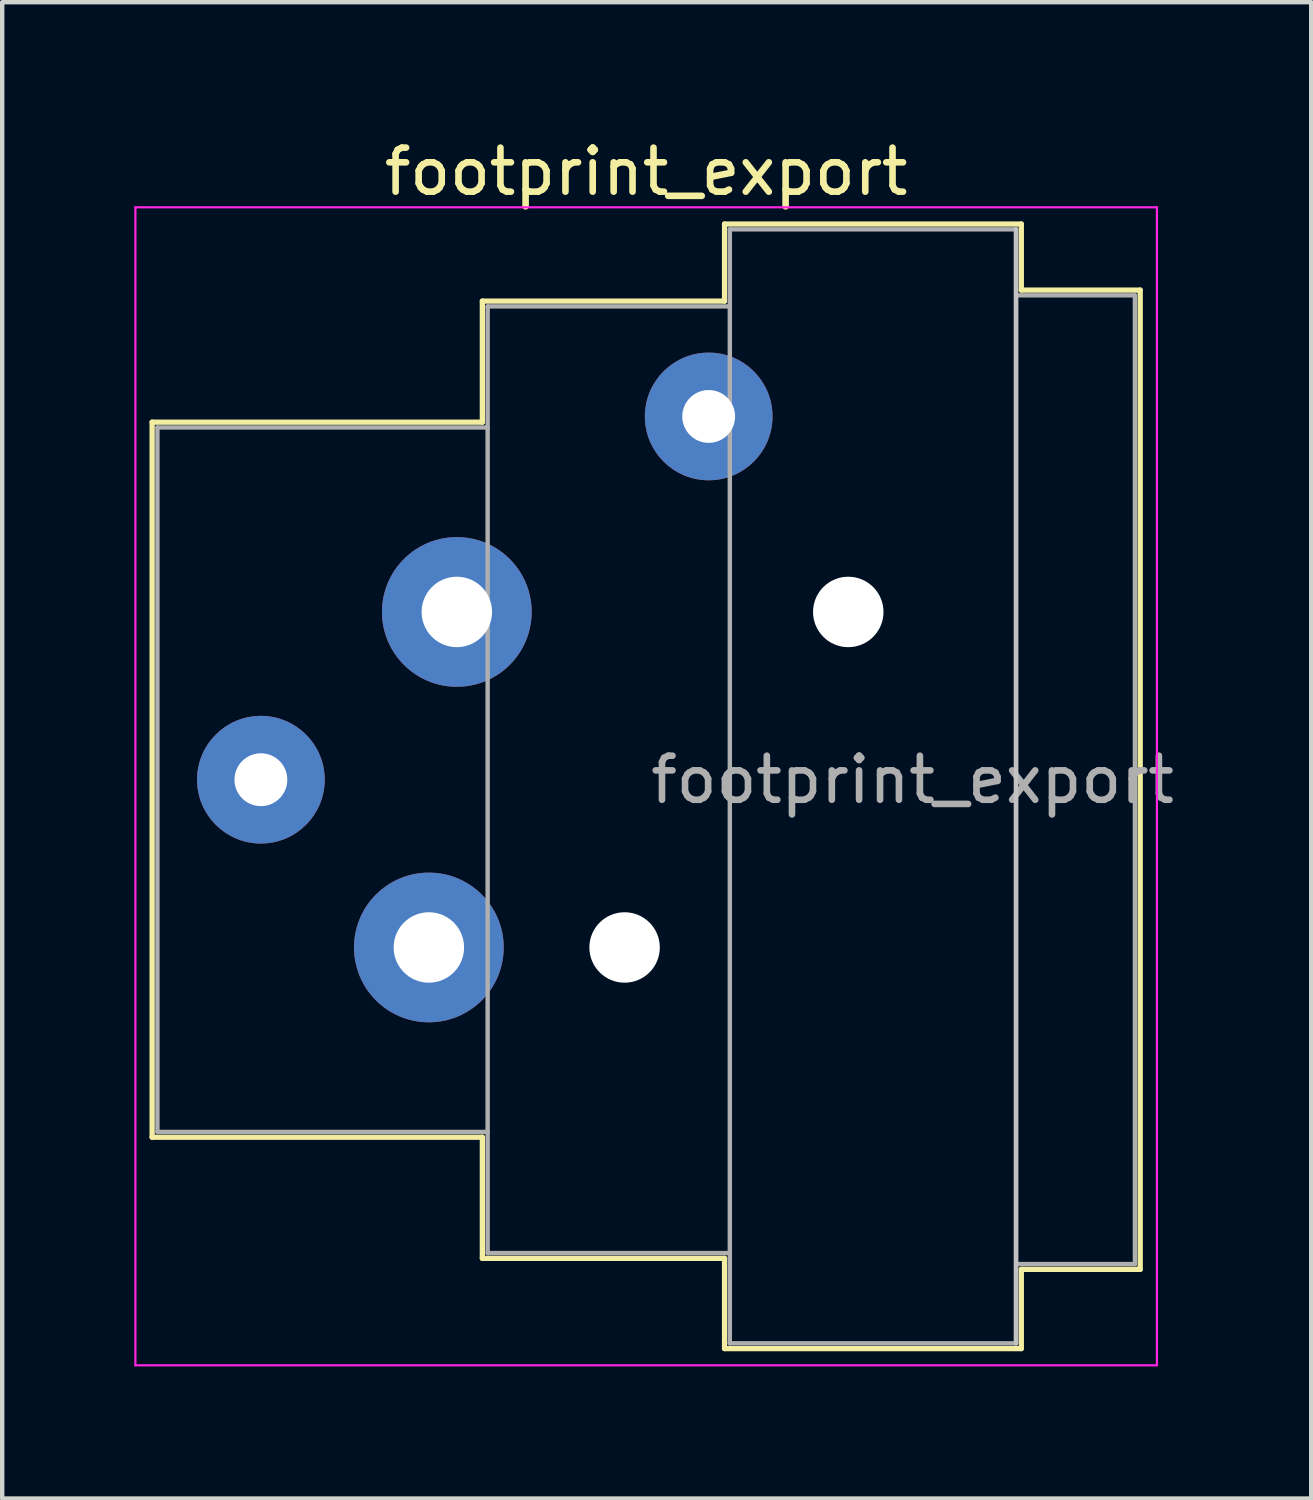
<source format=kicad_pcb>
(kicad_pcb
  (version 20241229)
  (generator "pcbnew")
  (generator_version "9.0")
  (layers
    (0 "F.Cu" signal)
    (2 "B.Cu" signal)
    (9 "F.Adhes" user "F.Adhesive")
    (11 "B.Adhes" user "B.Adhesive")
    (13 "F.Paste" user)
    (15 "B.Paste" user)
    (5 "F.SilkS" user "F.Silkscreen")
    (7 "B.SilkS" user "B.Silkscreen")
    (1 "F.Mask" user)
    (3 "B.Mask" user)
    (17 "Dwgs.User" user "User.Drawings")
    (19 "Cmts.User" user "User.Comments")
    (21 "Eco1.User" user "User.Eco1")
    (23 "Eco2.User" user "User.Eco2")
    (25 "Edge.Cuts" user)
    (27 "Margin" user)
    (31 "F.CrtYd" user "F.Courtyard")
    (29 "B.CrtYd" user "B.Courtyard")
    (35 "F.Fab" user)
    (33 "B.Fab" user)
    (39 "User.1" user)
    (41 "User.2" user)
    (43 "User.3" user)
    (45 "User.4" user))
  (footprint "footprint_export"
    (layer "F.Cu")
    (at 7.325 10.848)
    (property "Reference" "footprint_export" (at 4.3 -10 0) (layer "F.SilkS") (effects (font (size 1 1) (thickness 0.15))))
    (attr through_hole)
    (fp_line (start -6.92 -4.31) (end -6.92 11.93) (stroke (width 0.12) (type solid)) (layer "F.SilkS"))
    (fp_line (start 0.58 -7.06) (end 0.58 -4.31) (stroke (width 0.12) (type solid)) (layer "F.SilkS"))
    (fp_line (start 0.58 -4.31) (end -6.92 -4.31) (stroke (width 0.12) (type solid)) (layer "F.SilkS"))
    (fp_line (start 0.58 11.93) (end -6.92 11.93) (stroke (width 0.12) (type solid)) (layer "F.SilkS"))
    (fp_line (start 0.58 11.93) (end 0.58 14.68) (stroke (width 0.12) (type solid)) (layer "F.SilkS"))
    (fp_line (start 6.08 -7.06) (end 0.58 -7.06) (stroke (width 0.12) (type solid)) (layer "F.SilkS"))
    (fp_line (start 6.08 -7.06) (end 6.08 -8.81) (stroke (width 0.12) (type solid)) (layer "F.SilkS"))
    (fp_line (start 6.08 14.68) (end 0.58 14.68) (stroke (width 0.12) (type solid)) (layer "F.SilkS"))
    (fp_line (start 6.08 16.73) (end 6.08 14.68) (stroke (width 0.12) (type solid)) (layer "F.SilkS"))
    (fp_line (start 12.82 -8.81) (end 6.08 -8.81) (stroke (width 0.12) (type solid)) (layer "F.SilkS"))
    (fp_line (start 12.82 -8.81) (end 12.82 -7.31) (stroke (width 0.12) (type solid)) (layer "F.SilkS"))
    (fp_line (start 12.82 -7.31) (end 15.52 -7.31) (stroke (width 0.12) (type solid)) (layer "F.SilkS"))
    (fp_line (start 12.82 14.93) (end 12.82 16.73) (stroke (width 0.12) (type solid)) (layer "F.SilkS"))
    (fp_line (start 12.82 14.93) (end 15.52 14.93) (stroke (width 0.12) (type solid)) (layer "F.SilkS"))
    (fp_line (start 12.82 16.73) (end 6.08 16.73) (stroke (width 0.12) (type solid)) (layer "F.SilkS"))
    (fp_line (start 15.52 -7.31) (end 15.52 14.93) (stroke (width 0.12) (type solid)) (layer "F.SilkS"))
    (fp_line (start 12.7 -8.69) (end 12.7 16.61) (stroke (width 0.1) (type solid)) (layer "Dwgs.User"))
    (fp_line (start -7.3 -9.19) (end -7.3 17.11) (stroke (width 0.05) (type solid)) (layer "F.CrtYd"))
    (fp_line (start 15.9 -9.19) (end -7.3 -9.19) (stroke (width 0.05) (type solid)) (layer "F.CrtYd"))
    (fp_line (start 15.9 -9.19) (end 15.9 17.11) (stroke (width 0.05) (type solid)) (layer "F.CrtYd"))
    (fp_line (start 15.9 17.11) (end -7.3 17.11) (stroke (width 0.05) (type solid)) (layer "F.CrtYd"))
    (fp_line (start -6.8 -4.19) (end -6.8 11.81) (stroke (width 0.1) (type solid)) (layer "F.Fab"))
    (fp_line (start -6.8 11.81) (end 0.7 11.81) (stroke (width 0.1) (type solid)) (layer "F.Fab"))
    (fp_line (start 0.7 -6.94) (end 0.7 14.56) (stroke (width 0.1) (type solid)) (layer "F.Fab"))
    (fp_line (start 0.7 -4.19) (end -6.8 -4.19) (stroke (width 0.1) (type solid)) (layer "F.Fab"))
    (fp_line (start 0.7 14.56) (end 6.2 14.56) (stroke (width 0.1) (type solid)) (layer "F.Fab"))
    (fp_line (start 6.2 -8.69) (end 12.7 -8.69) (stroke (width 0.1) (type solid)) (layer "F.Fab"))
    (fp_line (start 6.2 -6.94) (end 0.7 -6.94) (stroke (width 0.1) (type solid)) (layer "F.Fab"))
    (fp_line (start 6.2 16.61) (end 6.2 -8.69) (stroke (width 0.1) (type solid)) (layer "F.Fab"))
    (fp_line (start 12.7 -8.69) (end 12.7 16.61) (stroke (width 0.1) (type solid)) (layer "F.Fab"))
    (fp_line (start 12.7 -7.19) (end 15.4 -7.19) (stroke (width 0.1) (type solid)) (layer "F.Fab"))
    (fp_line (start 12.7 16.61) (end 6.2 16.61) (stroke (width 0.1) (type solid)) (layer "F.Fab"))
    (fp_line (start 15.4 -7.19) (end 15.4 14.81) (stroke (width 0.1) (type solid)) (layer "F.Fab"))
    (fp_line (start 15.4 14.81) (end 12.7 14.81) (stroke (width 0.1) (type solid)) (layer "F.Fab"))
    (fp_text user "${REFERENCE}" (at 10.35 3.81 0) (layer "F.Fab") (effects (font (size 1 1) (thickness 0.15))))
    (pad "" np_thru_hole circle (at 3.81 7.62) (size 1.6 1.6) (drill 1.6) (layers "*.Cu" "*.Mask"))
    (pad "" np_thru_hole circle (at 8.89 0) (size 1.6 1.6) (drill 1.6) (layers "*.Cu" "*.Mask"))
    (pad "1" thru_hole circle (at 0 0) (size 3.4 3.4) (drill 1.6) (layers "*.Cu" "*.Mask"))
    (pad "2" thru_hole circle (at -0.635 7.62) (size 3.4 3.4) (drill 1.6) (layers "*.Cu" "*.Mask"))
    (pad "3" thru_hole circle (at -4.45 3.81) (size 2.9 2.9) (drill 1.2) (layers "*.Cu" "*.Mask"))
    (pad "G" thru_hole circle (at 5.72 -4.44) (size 2.9 2.9) (drill 1.2) (layers "*.Cu" "*.Mask")))
  (gr_rect
    (start -3 -3)
    (end 26.729 30.983)
    (stroke (width 0.1) (type default))
    (fill no)
    (layer "Edge.Cuts")))
</source>
